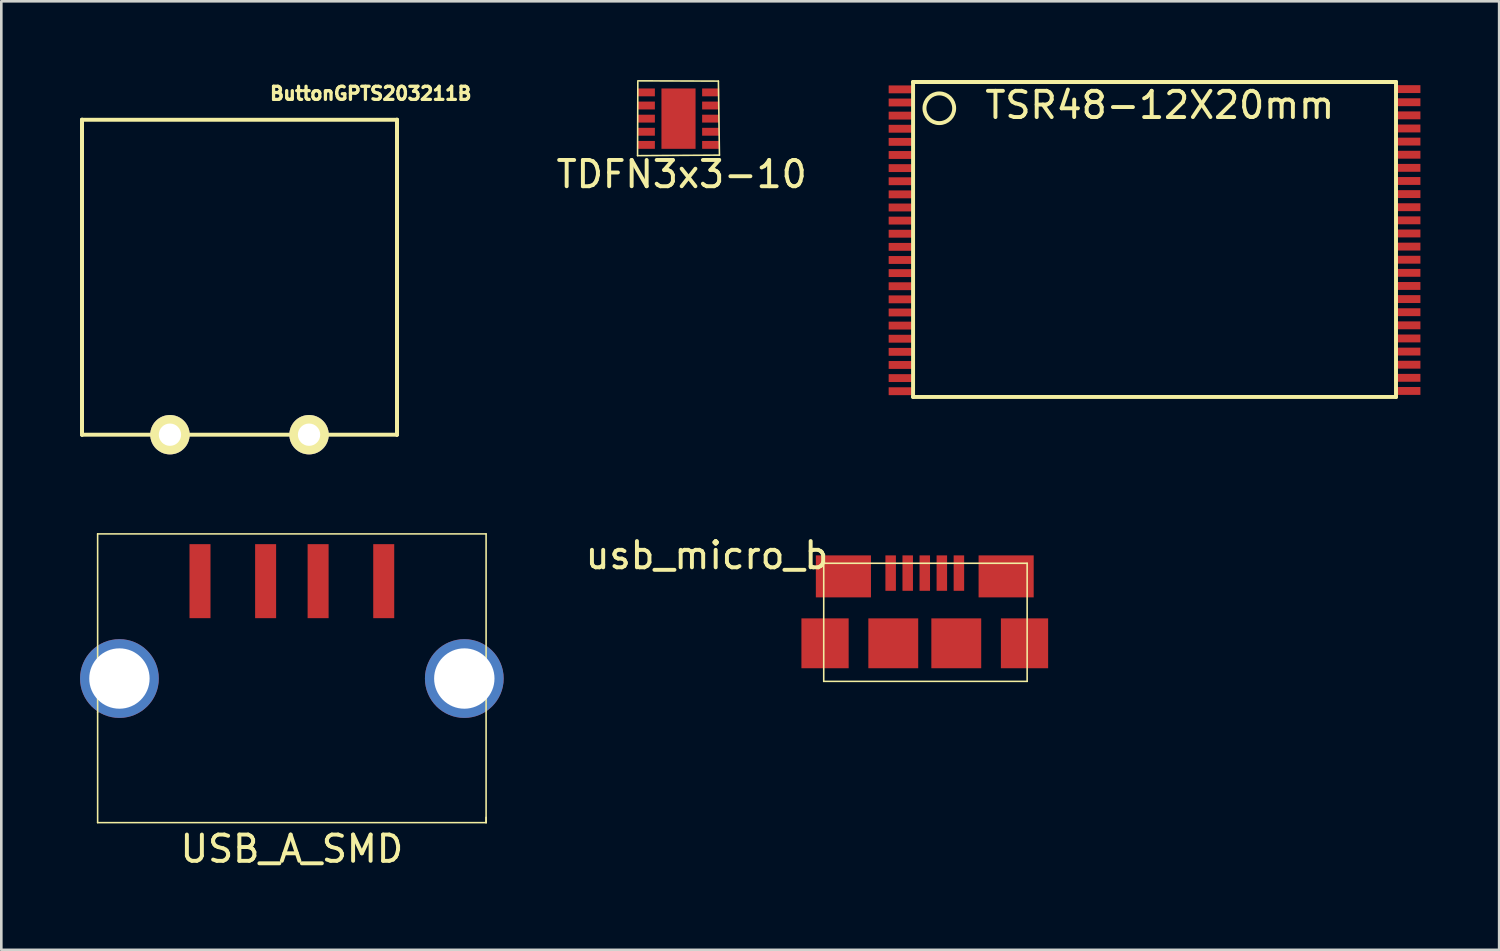
<source format=kicad_pcb>
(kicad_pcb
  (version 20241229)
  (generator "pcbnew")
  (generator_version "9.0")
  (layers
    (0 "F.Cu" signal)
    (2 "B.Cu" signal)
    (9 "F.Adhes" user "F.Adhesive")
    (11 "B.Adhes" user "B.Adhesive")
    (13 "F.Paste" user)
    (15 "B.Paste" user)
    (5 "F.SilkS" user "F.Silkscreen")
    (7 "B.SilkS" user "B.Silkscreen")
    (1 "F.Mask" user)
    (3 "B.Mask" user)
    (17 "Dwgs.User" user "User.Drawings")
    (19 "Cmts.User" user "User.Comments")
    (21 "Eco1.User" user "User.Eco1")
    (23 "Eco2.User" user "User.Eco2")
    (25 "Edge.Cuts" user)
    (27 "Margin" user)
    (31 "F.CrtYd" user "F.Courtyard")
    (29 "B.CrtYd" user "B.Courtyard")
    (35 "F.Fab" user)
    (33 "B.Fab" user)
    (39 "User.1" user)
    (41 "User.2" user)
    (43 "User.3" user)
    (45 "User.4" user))
  (footprint "USB_A_SMD"
    (layer "F.Cu")
    (at 4.27 20.492)
    (property "Reference" "USB_A_SMD" (at 3.8 8.8 0) (layer "F.SilkS") (effects (font (size 1 1) (thickness 0.15))))
    (attr through_hole)
    (fp_line (start -3.6 -3.2) (end 11.2 -3.2) (stroke (width 0.06) (type solid)) (layer "F.SilkS"))
    (fp_line (start -3.6 3.6) (end -3.6 -3.2) (stroke (width 0.06) (type solid)) (layer "F.SilkS"))
    (fp_line (start -3.6 3.6) (end -3.6 7.8) (stroke (width 0.06) (type solid)) (layer "F.SilkS"))
    (fp_line (start 11.2 -3.2) (end 11.2 7.8) (stroke (width 0.06) (type solid)) (layer "F.SilkS"))
    (fp_line (start 11.2 7.8) (end -3.6 7.8) (stroke (width 0.06) (type solid)) (layer "F.SilkS"))
    (fp_line (start 11.2 7.8) (end 11.2 7.6) (stroke (width 0.06) (type solid)) (layer "F.SilkS"))
    (pad "1" smd rect (at 0.3 -1.4) (size 0.8 2.82) (layers "F.Cu" "F.Mask" "F.Paste"))
    (pad "2" smd rect (at 2.8 -1.4) (size 0.8 2.82) (layers "F.Cu" "F.Mask" "F.Paste"))
    (pad "3" smd rect (at 4.8 -1.4) (size 0.8 2.82) (layers "F.Cu" "F.Mask" "F.Paste"))
    (pad "4" smd rect (at 7.3 -1.4) (size 0.8 2.82) (layers "F.Cu" "F.Mask" "F.Paste"))
    (pad "5" thru_hole circle (at 10.37 2.31) (size 3 3) (drill 2.3) (layers "*.Cu" "F.Mask" "F.Paste"))
    (pad "6" thru_hole circle (at -2.77 2.31) (size 3 3) (drill 2.3) (layers "*.Cu" "F.Mask" "F.Paste")))
  (footprint "TDFN3x3-10"
    (layer "F.Cu")
    (at 21.251 0.47)
    (property "Reference" "TDFN3x3-10" (at 1.67 3.12 0) (layer "F.SilkS") (effects (font (size 1 1) (thickness 0.15))))
    (attr through_hole)
    (fp_line (start -0.01 2.41) (end 3.11 2.39) (stroke (width 0.06) (type solid)) (layer "F.SilkS"))
    (fp_line (start 0 -0.41) (end -0.01 2.41) (stroke (width 0.06) (type solid)) (layer "F.SilkS"))
    (fp_line (start 3.07 -0.43) (end 0 -0.44) (stroke (width 0.06) (type solid)) (layer "F.SilkS"))
    (fp_line (start 3.11 2.39) (end 3.07 -0.43) (stroke (width 0.06) (type solid)) (layer "F.SilkS"))
    (pad "1" smd rect (at 0.325 0) (size 0.65 0.3) (layers "F.Cu" "F.Mask" "F.Paste"))
    (pad "2" smd rect (at 0.325 0.5) (size 0.65 0.3) (layers "F.Cu" "F.Mask" "F.Paste"))
    (pad "3" smd rect (at 0.325 1) (size 0.65 0.3) (layers "F.Cu" "F.Mask" "F.Paste"))
    (pad "4" smd rect (at 0.325 1.5) (size 0.65 0.3) (layers "F.Cu" "F.Mask" "F.Paste"))
    (pad "5" smd rect (at 0.325 2) (size 0.65 0.3) (layers "F.Cu" "F.Mask" "F.Paste"))
    (pad "6" smd rect (at 2.775 2) (size 0.65 0.3) (layers "F.Cu" "F.Mask" "F.Paste"))
    (pad "7" smd rect (at 2.775 1.5) (size 0.65 0.3) (layers "F.Cu" "F.Mask" "F.Paste"))
    (pad "8" smd rect (at 2.775 1) (size 0.65 0.3) (layers "F.Cu" "F.Mask" "F.Paste"))
    (pad "9" smd rect (at 2.775 0.5) (size 0.65 0.3) (layers "F.Cu" "F.Mask" "F.Paste"))
    (pad "10" smd rect (at 2.775 0) (size 0.65 0.3) (layers "F.Cu" "F.Mask" "F.Paste"))
    (pad "11" smd rect (at 1.55 1) (size 1.3 2.3) (layers "F.Cu" "F.Mask" "F.Paste")))
  (footprint "TSR48-12X20mm"
    (layer "F.Cu")
    (at 31.738 12.075)
    (property "Reference" "TSR48-12X20mm" (at 9.4 -11.12 0) (layer "F.SilkS") (effects (font (size 1 1) (thickness 0.15))))
    (attr through_hole)
    (fp_line (start 0 -12) (end 0 0) (stroke (width 0.15) (type solid)) (layer "F.SilkS"))
    (fp_line (start 0 -12) (end 18.4 -12) (stroke (width 0.15) (type solid)) (layer "F.SilkS"))
    (fp_line (start 0 0) (end 18.4 0) (stroke (width 0.15) (type solid)) (layer "F.SilkS"))
    (fp_line (start 18.4 -12) (end 0 -12) (stroke (width 0.15) (type solid)) (layer "F.SilkS"))
    (fp_line (start 18.4 0) (end 18.4 -12) (stroke (width 0.15) (type solid)) (layer "F.SilkS"))
    (fp_circle (center 1 -11) (end 1.4 -10.6) (stroke (width 0.15) (type solid)) (fill no) (layer "F.SilkS"))
    (pad "1" smd rect (at -0.43 -11.72 90) (size 0.3 1) (layers "F.Cu" "F.Mask" "F.Paste"))
    (pad "2" smd rect (at -0.43 -11.22 90) (size 0.3 1) (layers "F.Cu" "F.Mask" "F.Paste"))
    (pad "3" smd rect (at -0.43 -10.72 90) (size 0.3 1) (layers "F.Cu" "F.Mask" "F.Paste"))
    (pad "4" smd rect (at -0.43 -10.22 90) (size 0.3 1) (layers "F.Cu" "F.Mask" "F.Paste"))
    (pad "5" smd rect (at -0.43 -9.72 90) (size 0.3 1) (layers "F.Cu" "F.Mask" "F.Paste"))
    (pad "6" smd rect (at -0.43 -9.22 90) (size 0.3 1) (layers "F.Cu" "F.Mask" "F.Paste"))
    (pad "7" smd rect (at -0.43 -8.72 90) (size 0.3 1) (layers "F.Cu" "F.Mask" "F.Paste"))
    (pad "8" smd rect (at -0.43 -8.22 90) (size 0.3 1) (layers "F.Cu" "F.Mask" "F.Paste"))
    (pad "9" smd rect (at -0.43 -7.72 90) (size 0.3 1) (layers "F.Cu" "F.Mask" "F.Paste"))
    (pad "10" smd rect (at -0.43 -7.22 90) (size 0.3 1) (layers "F.Cu" "F.Mask" "F.Paste"))
    (pad "11" smd rect (at -0.43 -6.72 90) (size 0.3 1) (layers "F.Cu" "F.Mask" "F.Paste"))
    (pad "12" smd rect (at -0.43 -6.22 90) (size 0.3 1) (layers "F.Cu" "F.Mask" "F.Paste"))
    (pad "13" smd rect (at -0.43 -5.72 90) (size 0.3 1) (layers "F.Cu" "F.Mask" "F.Paste"))
    (pad "14" smd rect (at -0.43 -5.22 90) (size 0.3 1) (layers "F.Cu" "F.Mask" "F.Paste"))
    (pad "15" smd rect (at -0.43 -4.72 90) (size 0.3 1) (layers "F.Cu" "F.Mask" "F.Paste"))
    (pad "16" smd rect (at -0.43 -4.22 90) (size 0.3 1) (layers "F.Cu" "F.Mask" "F.Paste"))
    (pad "17" smd rect (at -0.43 -3.72 90) (size 0.3 1) (layers "F.Cu" "F.Mask" "F.Paste"))
    (pad "18" smd rect (at -0.43 -3.22 90) (size 0.3 1) (layers "F.Cu" "F.Mask" "F.Paste"))
    (pad "19" smd rect (at -0.43 -2.72 90) (size 0.3 1) (layers "F.Cu" "F.Mask" "F.Paste"))
    (pad "20" smd rect (at -0.43 -2.22 90) (size 0.3 1) (layers "F.Cu" "F.Mask" "F.Paste"))
    (pad "21" smd rect (at -0.43 -1.72 90) (size 0.3 1) (layers "F.Cu" "F.Mask" "F.Paste"))
    (pad "22" smd rect (at -0.43 -1.22 90) (size 0.3 1) (layers "F.Cu" "F.Mask" "F.Paste"))
    (pad "23" smd rect (at -0.43 -0.72 90) (size 0.3 1) (layers "F.Cu" "F.Mask" "F.Paste"))
    (pad "24" smd rect (at -0.43 -0.22 90) (size 0.3 1) (layers "F.Cu" "F.Mask" "F.Paste"))
    (pad "25" smd rect (at 18.83 -0.23 90) (size 0.3 1) (layers "F.Cu" "F.Mask" "F.Paste"))
    (pad "26" smd rect (at 18.83 -0.73 90) (size 0.3 1) (layers "F.Cu" "F.Mask" "F.Paste"))
    (pad "27" smd rect (at 18.83 -1.23 90) (size 0.3 1) (layers "F.Cu" "F.Mask" "F.Paste"))
    (pad "28" smd rect (at 18.83 -1.73 90) (size 0.3 1) (layers "F.Cu" "F.Mask" "F.Paste"))
    (pad "29" smd rect (at 18.83 -2.23 90) (size 0.3 1) (layers "F.Cu" "F.Mask" "F.Paste"))
    (pad "30" smd rect (at 18.83 -2.73 90) (size 0.3 1) (layers "F.Cu" "F.Mask" "F.Paste"))
    (pad "31" smd rect (at 18.83 -3.23 90) (size 0.3 1) (layers "F.Cu" "F.Mask" "F.Paste"))
    (pad "32" smd rect (at 18.83 -3.73 90) (size 0.3 1) (layers "F.Cu" "F.Mask" "F.Paste"))
    (pad "33" smd rect (at 18.83 -4.23 90) (size 0.3 1) (layers "F.Cu" "F.Mask" "F.Paste"))
    (pad "34" smd rect (at 18.83 -4.73 90) (size 0.3 1) (layers "F.Cu" "F.Mask" "F.Paste"))
    (pad "35" smd rect (at 18.83 -5.23 90) (size 0.3 1) (layers "F.Cu" "F.Mask" "F.Paste"))
    (pad "36" smd rect (at 18.83 -5.73 90) (size 0.3 1) (layers "F.Cu" "F.Mask" "F.Paste"))
    (pad "37" smd rect (at 18.83 -6.23 90) (size 0.3 1) (layers "F.Cu" "F.Mask" "F.Paste"))
    (pad "38" smd rect (at 18.83 -6.73 90) (size 0.3 1) (layers "F.Cu" "F.Mask" "F.Paste"))
    (pad "39" smd rect (at 18.83 -7.23 90) (size 0.3 1) (layers "F.Cu" "F.Mask" "F.Paste"))
    (pad "40" smd rect (at 18.83 -7.73 90) (size 0.3 1) (layers "F.Cu" "F.Mask" "F.Paste"))
    (pad "41" smd rect (at 18.83 -8.23 90) (size 0.3 1) (layers "F.Cu" "F.Mask" "F.Paste"))
    (pad "42" smd rect (at 18.83 -8.73 90) (size 0.3 1) (layers "F.Cu" "F.Mask" "F.Paste"))
    (pad "43" smd rect (at 18.83 -9.23 90) (size 0.3 1) (layers "F.Cu" "F.Mask" "F.Paste"))
    (pad "44" smd rect (at 18.83 -9.73 90) (size 0.3 1) (layers "F.Cu" "F.Mask" "F.Paste"))
    (pad "45" smd rect (at 18.83 -10.23 90) (size 0.3 1) (layers "F.Cu" "F.Mask" "F.Paste"))
    (pad "46" smd rect (at 18.83 -10.73 90) (size 0.3 1) (layers "F.Cu" "F.Mask" "F.Paste"))
    (pad "47" smd rect (at 18.83 -11.23 90) (size 0.3 1) (layers "F.Cu" "F.Mask" "F.Paste"))
    (pad "48" smd rect (at 18.83 -11.73 90) (size 0.3 1) (layers "F.Cu" "F.Mask" "F.Paste")))
  (footprint "usb_micro_b"
    (layer "F.Cu")
    (at 29.084 18.91)
    (property "Reference" "usb_micro_b" (at -5.2 -0.8 0) (layer "F.SilkS") (effects (font (size 1 1) (thickness 0.15))))
    (attr through_hole)
    (fp_line (start -0.75 -0.5) (end -0.75 4) (stroke (width 0.06) (type solid)) (layer "F.SilkS"))
    (fp_line (start -0.75 4) (end 7 4) (stroke (width 0.06) (type solid)) (layer "F.SilkS"))
    (fp_line (start 7 -0.5) (end -0.75 -0.5) (stroke (width 0.06) (type solid)) (layer "F.SilkS"))
    (fp_line (start 7 4) (end 7 -0.5) (stroke (width 0.06) (type solid)) (layer "F.SilkS"))
    (pad "" smd rect (at -0.7 2.55) (size 1.8 1.9) (layers "F.Cu" "F.Mask" "F.Paste"))
    (pad "" smd rect (at 0 0) (size 2.1 1.6) (layers "F.Cu" "F.Mask" "F.Paste"))
    (pad "" smd rect (at 1.9 2.55) (size 1.9 1.9) (layers "F.Cu" "F.Mask" "F.Paste"))
    (pad "" smd rect (at 4.3 2.55) (size 1.9 1.9) (layers "F.Cu" "F.Mask" "F.Paste"))
    (pad "" smd rect (at 6.2 0) (size 2.1 1.6) (layers "F.Cu" "F.Mask" "F.Paste"))
    (pad "" smd rect (at 6.9 2.55) (size 1.8 1.9) (layers "F.Cu" "F.Mask" "F.Paste"))
    (pad "1" smd rect (at 1.8 -0.125) (size 0.4 1.35) (layers "F.Cu" "F.Mask" "F.Paste"))
    (pad "2" smd rect (at 2.45 -0.125) (size 0.4 1.35) (layers "F.Cu" "F.Mask" "F.Paste"))
    (pad "3" smd rect (at 3.1 -0.125) (size 0.4 1.35) (layers "F.Cu" "F.Mask" "F.Paste"))
    (pad "4" smd rect (at 3.75 -0.125) (size 0.4 1.35) (layers "F.Cu" "F.Mask" "F.Paste"))
    (pad "5" smd rect (at 4.4 -0.125) (size 0.4 1.35) (layers "F.Cu" "F.Mask" "F.Paste")))
  (footprint "ButtonGPTS203211B"
    (layer "F.Cu")
    (at 6.075 7.512)
    (property "Reference" "ButtonGPTS203211B" (at 5 -7 0) (layer "F.SilkS") (effects (font (size 0.5 0.5) (thickness 0.125))))
    (attr through_hole)
    (fp_line (start -6 -6) (end -6 6) (stroke (width 0.15) (type solid)) (layer "F.SilkS"))
    (fp_line (start -6 6) (end -6 -6) (stroke (width 0.15) (type solid)) (layer "F.SilkS"))
    (fp_line (start -6 6) (end 6 6) (stroke (width 0.15) (type solid)) (layer "F.SilkS"))
    (fp_line (start 6 -6) (end -6 -6) (stroke (width 0.15) (type solid)) (layer "F.SilkS"))
    (fp_line (start 6 -6) (end 6 6) (stroke (width 0.15) (type solid)) (layer "F.SilkS"))
    (fp_line (start 6 6) (end 6 -6) (stroke (width 0.15) (type solid)) (layer "F.SilkS"))
    (pad "1" thru_hole circle (at -2.65 6) (size 1.5 1.5) (drill 0.85) (layers "*.Cu" "*.Mask" "F.SilkS"))
    (pad "2" thru_hole circle (at 2.65 6) (size 1.5 1.5) (drill 0.85) (layers "*.Cu" "*.Mask" "F.SilkS")))
  (gr_rect
    (start -3 -3)
    (end 54.068 33.14)
    (stroke (width 0.1) (type default))
    (fill no)
    (layer "Edge.Cuts")))
</source>
